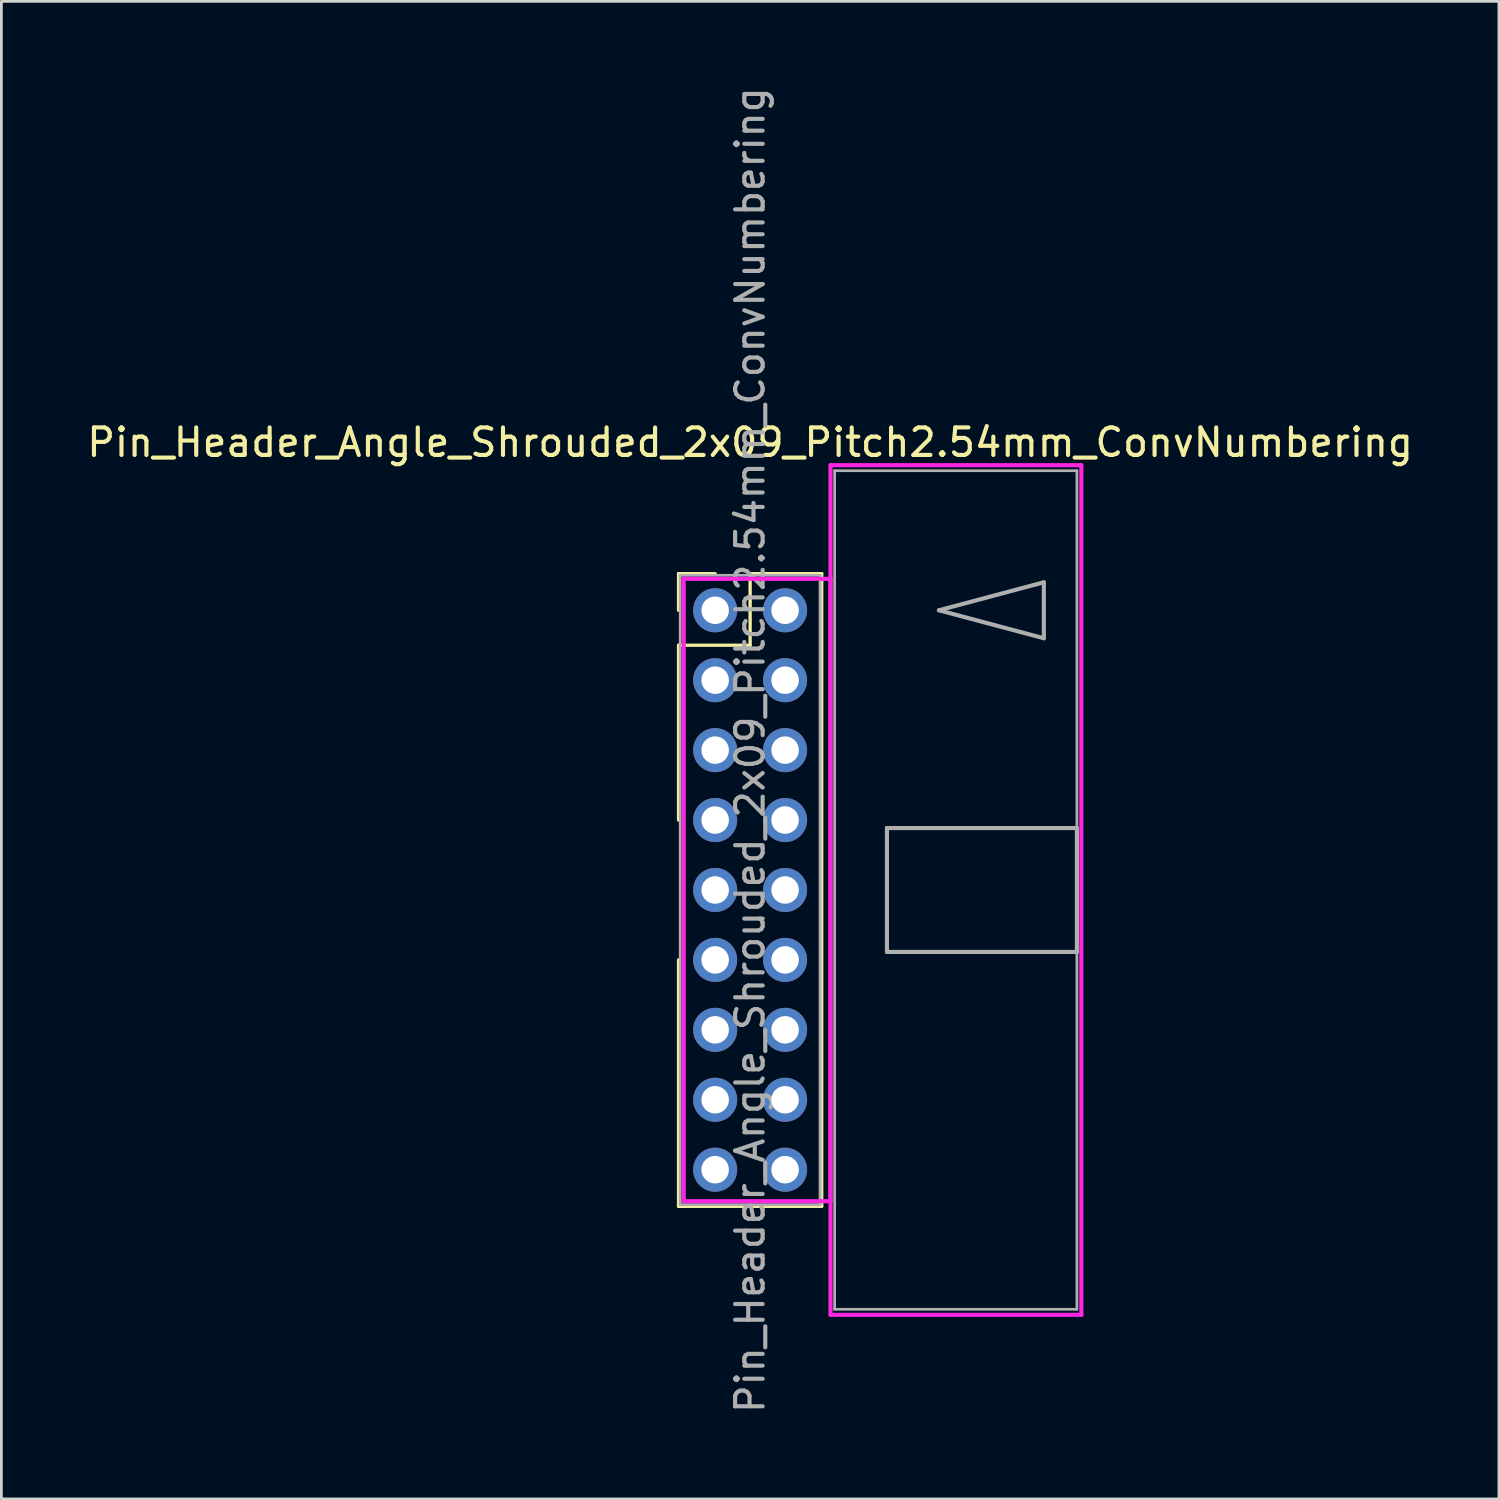
<source format=kicad_pcb>
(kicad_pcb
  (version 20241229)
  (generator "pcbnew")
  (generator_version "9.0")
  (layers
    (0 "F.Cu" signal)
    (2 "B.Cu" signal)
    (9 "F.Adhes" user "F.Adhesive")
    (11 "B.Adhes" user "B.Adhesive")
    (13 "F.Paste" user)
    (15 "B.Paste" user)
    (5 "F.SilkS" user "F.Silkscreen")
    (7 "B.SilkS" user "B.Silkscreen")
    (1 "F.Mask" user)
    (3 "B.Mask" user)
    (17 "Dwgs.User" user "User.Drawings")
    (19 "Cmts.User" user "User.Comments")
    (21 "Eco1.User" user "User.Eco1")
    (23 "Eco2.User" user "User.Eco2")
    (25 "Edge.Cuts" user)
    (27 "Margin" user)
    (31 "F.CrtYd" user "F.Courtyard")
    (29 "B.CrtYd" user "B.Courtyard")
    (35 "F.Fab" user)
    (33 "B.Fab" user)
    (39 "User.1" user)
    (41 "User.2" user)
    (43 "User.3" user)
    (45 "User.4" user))
  (footprint "Pin_Header_Angle_Shrouded_2x09_Pitch2.54mm_ConvNumbering"
    (layer "F.Cu")
    (at 22.926 19.116)
    (property "Reference" "Pin_Header_Angle_Shrouded_2x09_Pitch2.54mm_ConvNumbering" (at 1.27 -6.096 0) (layer "F.SilkS") (effects (font (size 1 1) (thickness 0.15))))
    (attr through_hole)
    (fp_line (start -1.33 -1.33) (end 0 -1.33) (stroke (width 0.12) (type solid)) (layer "F.SilkS"))
    (fp_line (start -1.33 0) (end -1.33 -1.33) (stroke (width 0.12) (type solid)) (layer "F.SilkS"))
    (fp_line (start -1.33 1.27) (end -1.33 7.62) (stroke (width 0.12) (type solid)) (layer "F.SilkS"))
    (fp_line (start -1.33 1.27) (end 1.27 1.27) (stroke (width 0.12) (type solid)) (layer "F.SilkS"))
    (fp_line (start -1.33 12.7) (end -1.33 21.65) (stroke (width 0.12) (type solid)) (layer "F.SilkS"))
    (fp_line (start -1.33 21.65) (end 3.87 21.65) (stroke (width 0.12) (type solid)) (layer "F.SilkS"))
    (fp_line (start 1.27 -1.33) (end 3.87 -1.33) (stroke (width 0.12) (type solid)) (layer "F.SilkS"))
    (fp_line (start 1.27 1.27) (end 1.27 -1.33) (stroke (width 0.12) (type solid)) (layer "F.SilkS"))
    (fp_line (start 3.87 -1.33) (end 3.87 21.65) (stroke (width 0.12) (type solid)) (layer "F.SilkS"))
    (fp_line (start -1.143 -1.143) (end -1.143 21.463) (stroke (width 0.15) (type solid)) (layer "F.CrtYd"))
    (fp_line (start -1.143 21.463) (end 4.19 21.463) (stroke (width 0.15) (type solid)) (layer "F.CrtYd"))
    (fp_line (start 4.19 -5.27) (end 4.19 25.59) (stroke (width 0.15) (type solid)) (layer "F.CrtYd"))
    (fp_line (start 4.19 -1.143) (end -1.143 -1.143) (stroke (width 0.15) (type solid)) (layer "F.CrtYd"))
    (fp_line (start 4.19 21.463) (end 4.19 -1.143) (stroke (width 0.15) (type solid)) (layer "F.CrtYd"))
    (fp_line (start 4.19 25.59) (end 13.3 25.59) (stroke (width 0.15) (type solid)) (layer "F.CrtYd"))
    (fp_line (start 13.3 -5.27) (end 4.19 -5.27) (stroke (width 0.15) (type solid)) (layer "F.CrtYd"))
    (fp_line (start 13.3 25.59) (end 13.3 -5.27) (stroke (width 0.15) (type solid)) (layer "F.CrtYd"))
    (fp_line (start -1.27 -1.27) (end -1.27 21.59) (stroke (width 0.1) (type solid)) (layer "F.Fab"))
    (fp_line (start -1.27 21.59) (end 3.81 21.59) (stroke (width 0.1) (type solid)) (layer "F.Fab"))
    (fp_line (start 3.81 -1.27) (end -1.27 -1.27) (stroke (width 0.1) (type solid)) (layer "F.Fab"))
    (fp_line (start 3.81 21.59) (end 3.81 -1.27) (stroke (width 0.1) (type solid)) (layer "F.Fab"))
    (fp_line (start 4.34 -5.07) (end 4.34 25.39) (stroke (width 0.1) (type solid)) (layer "F.Fab"))
    (fp_line (start 4.34 25.39) (end 13.14 25.39) (stroke (width 0.1) (type solid)) (layer "F.Fab"))
    (fp_line (start 6.24 7.91) (end 6.24 12.41) (stroke (width 0.15) (type solid)) (layer "F.Fab"))
    (fp_line (start 6.24 12.41) (end 13.14 12.41) (stroke (width 0.15) (type solid)) (layer "F.Fab"))
    (fp_line (start 8.128 0) (end 11.938 -1.016) (stroke (width 0.15) (type solid)) (layer "F.Fab"))
    (fp_line (start 11.938 -1.016) (end 11.938 1.016) (stroke (width 0.15) (type solid)) (layer "F.Fab"))
    (fp_line (start 11.938 1.016) (end 8.128 0) (stroke (width 0.15) (type solid)) (layer "F.Fab"))
    (fp_line (start 13.14 -5.07) (end 4.34 -5.07) (stroke (width 0.1) (type solid)) (layer "F.Fab"))
    (fp_line (start 13.14 7.91) (end 6.24 7.91) (stroke (width 0.15) (type solid)) (layer "F.Fab"))
    (fp_line (start 13.14 12.41) (end 13.14 7.91) (stroke (width 0.15) (type solid)) (layer "F.Fab"))
    (fp_line (start 13.14 25.39) (end 13.14 -5.07) (stroke (width 0.1) (type solid)) (layer "F.Fab"))
    (fp_text user "${REFERENCE}" (at 1.27 5.08 90) (layer "F.Fab") (effects (font (size 1 1) (thickness 0.15))))
    (pad "1" thru_hole oval (at 0 0) (size 1.6 1.6) (drill 1) (layers "*.Cu" "*.Mask"))
    (pad "2" thru_hole oval (at 2.54 0) (size 1.6 1.6) (drill 1) (layers "*.Cu" "*.Mask"))
    (pad "3" thru_hole oval (at 0 2.54) (size 1.6 1.6) (drill 1) (layers "*.Cu" "*.Mask"))
    (pad "4" thru_hole oval (at 2.54 2.54) (size 1.6 1.6) (drill 1) (layers "*.Cu" "*.Mask"))
    (pad "5" thru_hole oval (at 0 5.08) (size 1.6 1.6) (drill 1) (layers "*.Cu" "*.Mask"))
    (pad "6" thru_hole oval (at 2.54 5.08) (size 1.6 1.6) (drill 1) (layers "*.Cu" "*.Mask"))
    (pad "7" thru_hole oval (at 0 7.62) (size 1.6 1.6) (drill 1) (layers "*.Cu" "*.Mask"))
    (pad "8" thru_hole oval (at 2.54 7.62) (size 1.6 1.6) (drill 1) (layers "*.Cu" "*.Mask"))
    (pad "9" thru_hole oval (at 0 10.16) (size 1.6 1.6) (drill 1) (layers "*.Cu" "*.Mask"))
    (pad "10" thru_hole oval (at 2.54 10.16) (size 1.6 1.6) (drill 1) (layers "*.Cu" "*.Mask"))
    (pad "11" thru_hole oval (at 0 12.7) (size 1.6 1.6) (drill 1) (layers "*.Cu" "*.Mask"))
    (pad "12" thru_hole oval (at 2.54 12.7) (size 1.6 1.6) (drill 1) (layers "*.Cu" "*.Mask"))
    (pad "13" thru_hole oval (at 0 15.24) (size 1.6 1.6) (drill 1) (layers "*.Cu" "*.Mask"))
    (pad "14" thru_hole oval (at 2.54 15.24) (size 1.6 1.6) (drill 1) (layers "*.Cu" "*.Mask"))
    (pad "15" thru_hole oval (at 0 17.78) (size 1.6 1.6) (drill 1) (layers "*.Cu" "*.Mask"))
    (pad "16" thru_hole oval (at 2.54 17.78) (size 1.6 1.6) (drill 1) (layers "*.Cu" "*.Mask"))
    (pad "17" thru_hole oval (at 0 20.32) (size 1.6 1.6) (drill 1) (layers "*.Cu" "*.Mask"))
    (pad "18" thru_hole oval (at 2.54 20.32) (size 1.6 1.6) (drill 1) (layers "*.Cu" "*.Mask")))
  (gr_rect
    (start -3 -3)
    (end 51.393 51.393)
    (stroke (width 0.1) (type default))
    (fill no)
    (layer "Edge.Cuts")))
</source>
